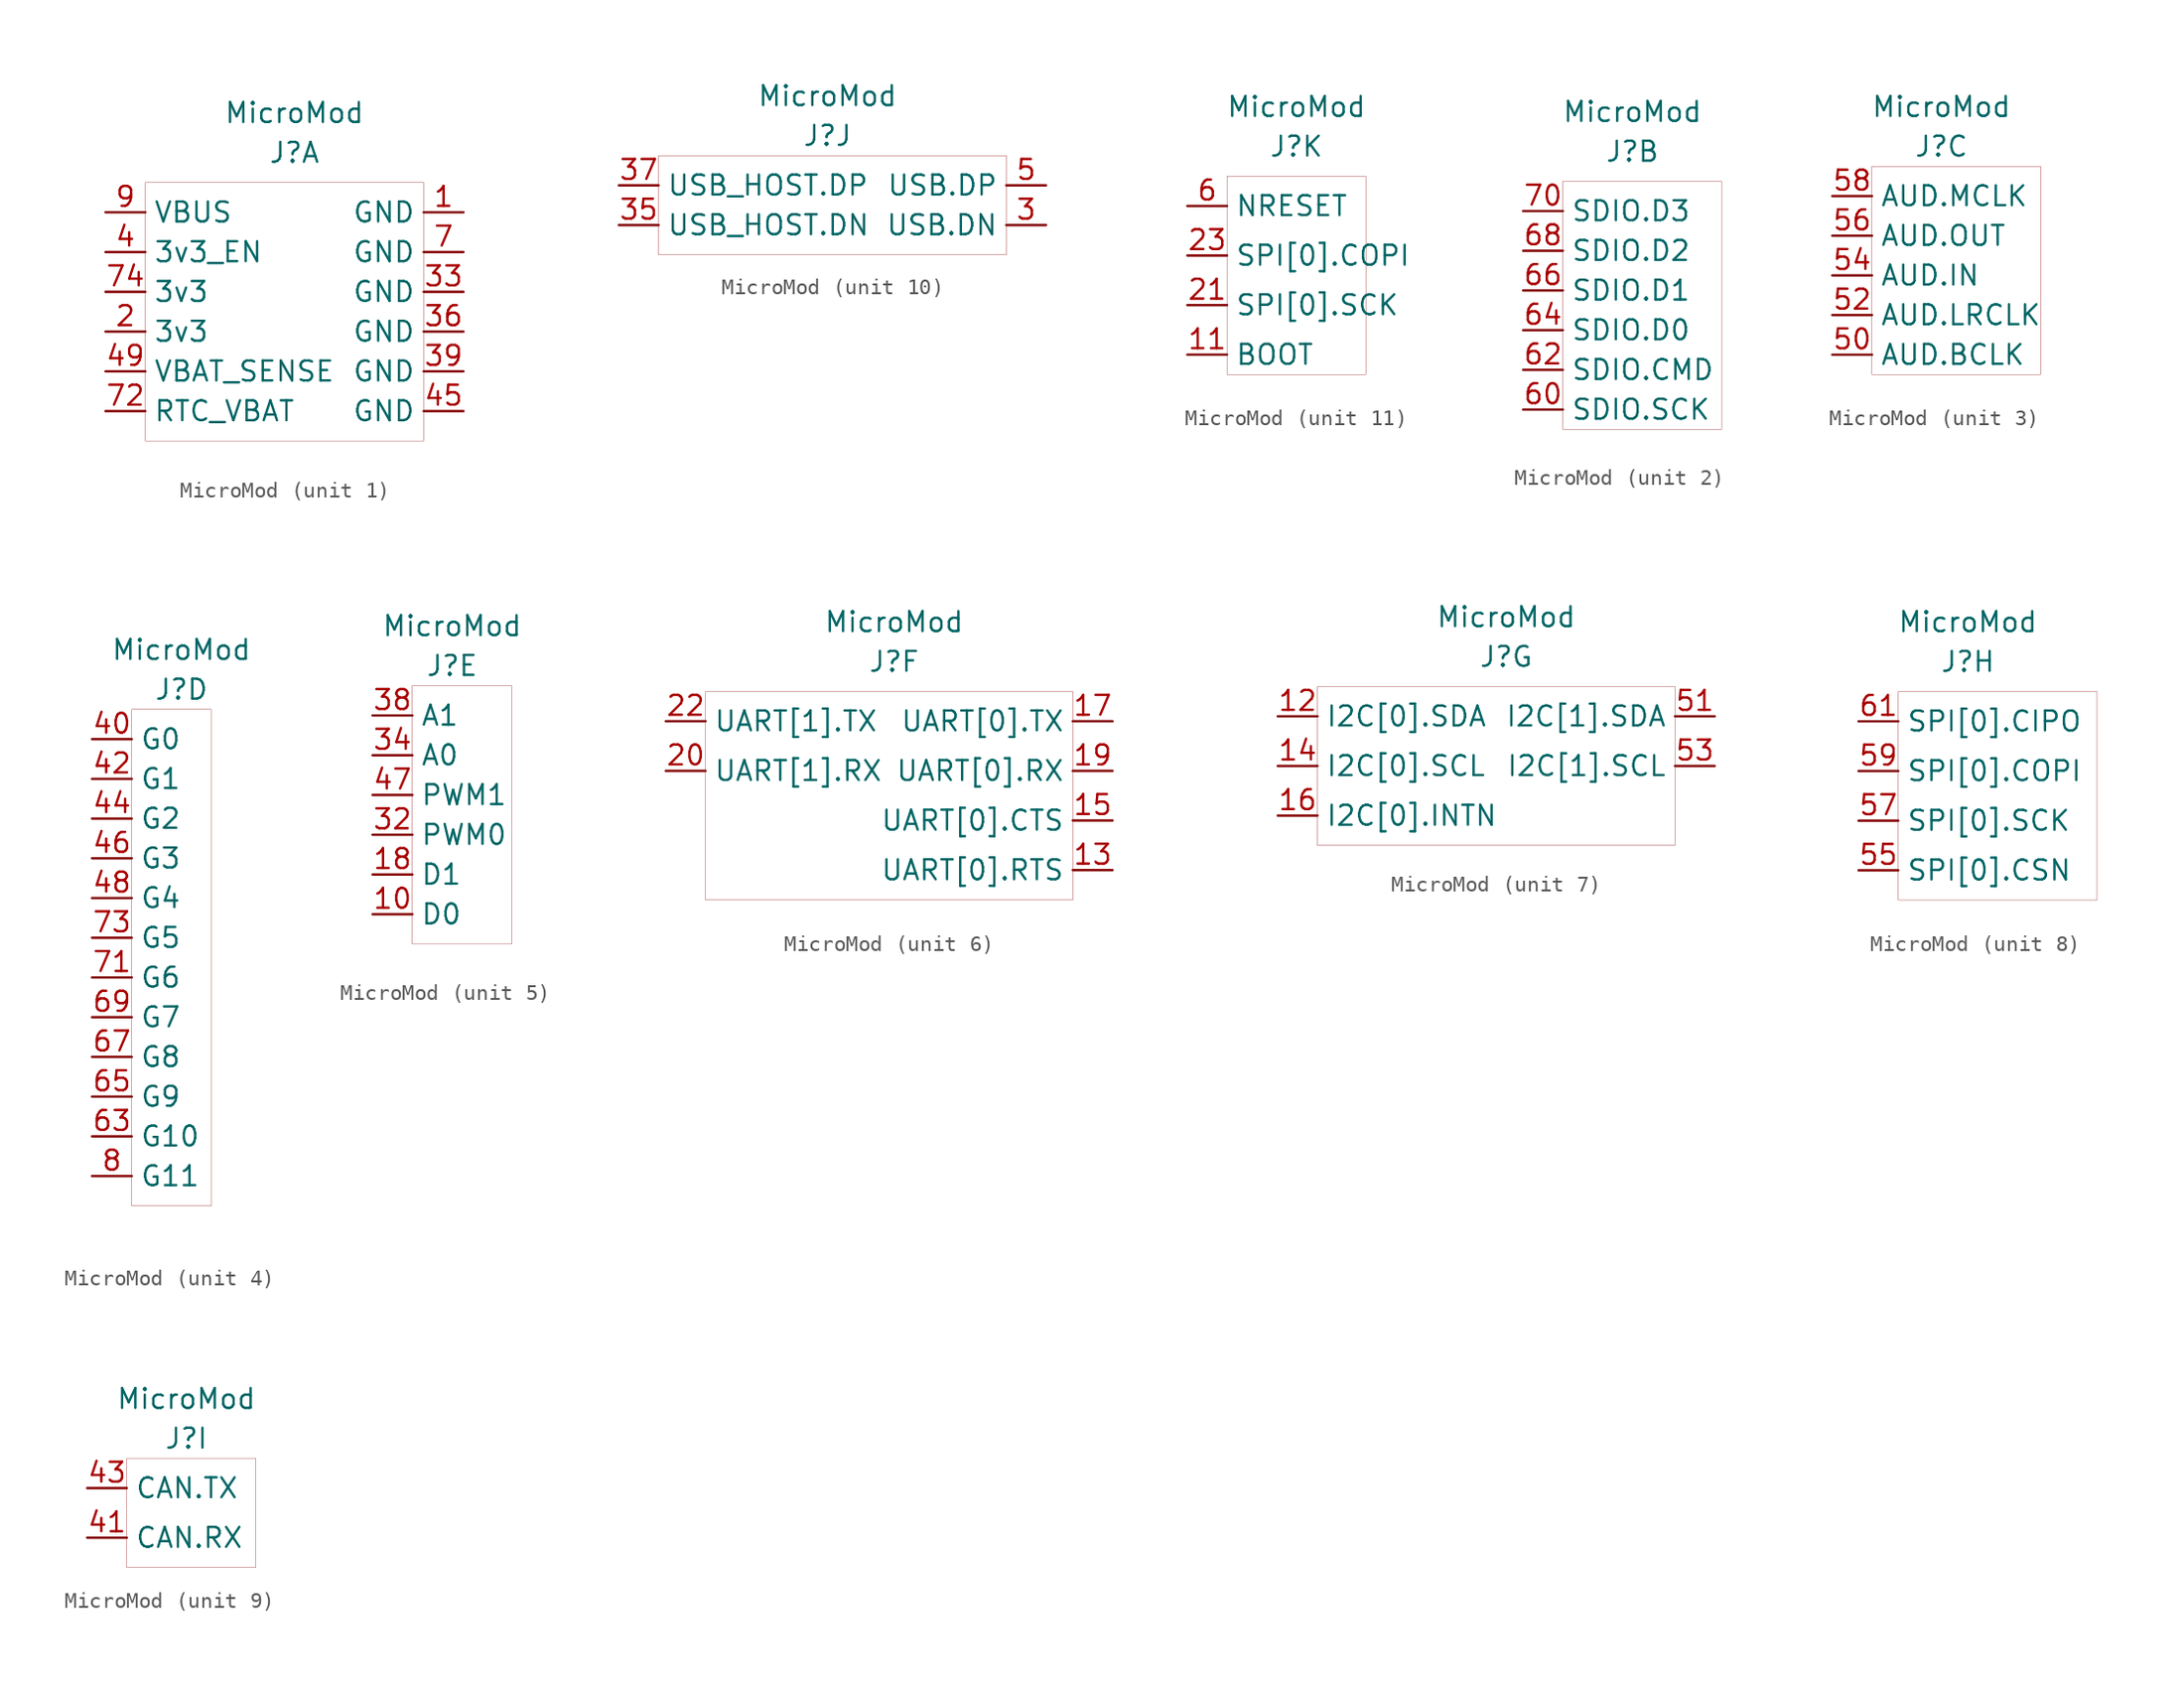
<source format=kicad_sym>
(kicad_symbol_lib
  (version 20201005)
  (generator kicad_symbol_editor)
  (symbol "SYSNAME:MicroMod"
    (property "Reference" "J"
      (at 0 1.905 0)
      (effects (font (size 1.27 1.27))))
    (property "Value" "MicroMod"
      (at 0 4.445 0)
      (effects (font (size 1.27 1.27))))
    (symbol "MicroMod_1_1"
      (rectangle (start -9.525 0) (end 8.255 -16.51) (stroke (width 0.001)) (fill (type none)))
      (pin power_out line (at -12.065 -6.985 0) (length 2.54) (name "3v3" (effects (font (size 1.27 1.27)))) (number "74" (effects (font (size 1.27 1.27)))))
      (pin power_out line (at -12.065 -14.605 0) (length 2.54) (name "RTC_VBAT" (effects (font (size 1.27 1.27)))) (number "72" (effects (font (size 1.27 1.27)))))
      (pin power_out line (at 10.795 -9.525 180) (length 2.54) (name "GND" (effects (font (size 1.27 1.27)))) (number "36" (effects (font (size 1.27 1.27)))))
      (pin power_out line (at 10.795 -14.605 180) (length 2.54) (name "GND" (effects (font (size 1.27 1.27)))) (number "45" (effects (font (size 1.27 1.27)))))
      (pin power_out line (at 10.795 -12.065 180) (length 2.54) (name "GND" (effects (font (size 1.27 1.27)))) (number "39" (effects (font (size 1.27 1.27)))))
      (pin power_out line (at 10.795 -6.985 180) (length 2.54) (name "GND" (effects (font (size 1.27 1.27)))) (number "33" (effects (font (size 1.27 1.27)))))
      (pin power_out line (at 10.795 -4.445 180) (length 2.54) (name "GND" (effects (font (size 1.27 1.27)))) (number "7" (effects (font (size 1.27 1.27)))))
      (pin power_out line (at 10.795 -1.905 180) (length 2.54) (name "GND" (effects (font (size 1.27 1.27)))) (number "1" (effects (font (size 1.27 1.27)))))
      (pin input line (at -12.065 -4.445 0) (length 2.54) (name "3v3_EN" (effects (font (size 1.27 1.27)))) (number "4" (effects (font (size 1.27 1.27)))))
      (pin power_out line (at -12.065 -9.525 0) (length 2.54) (name "3v3" (effects (font (size 1.27 1.27)))) (number "2" (effects (font (size 1.27 1.27)))))
      (pin output line (at -12.065 -12.065 0) (length 2.54) (name "VBAT_SENSE" (effects (font (size 1.27 1.27)))) (number "49" (effects (font (size 1.27 1.27)))))
      (pin power_out line (at -12.065 -1.905 0) (length 2.54) (name "VBUS" (effects (font (size 1.27 1.27)))) (number "9" (effects (font (size 1.27 1.27))))))
    (symbol "MicroMod_2_1"
      (rectangle (start -4.445 0) (end 5.715 -15.875) (stroke (width 0.001)) (fill (type none)))
      (pin bidirectional line (at -6.985 -1.905 0) (length 2.54) (name "SDIO.D3" (effects (font (size 1.27 1.27)))) (number "70" (effects (font (size 1.27 1.27)))) (alternate "SPI[1].CSN" input line))
      (pin bidirectional line (at -6.985 -4.445 0) (length 2.54) (name "SDIO.D2" (effects (font (size 1.27 1.27)))) (number "68" (effects (font (size 1.27 1.27)))))
      (pin bidirectional line (at -6.985 -6.985 0) (length 2.54) (name "SDIO.D1" (effects (font (size 1.27 1.27)))) (number "66" (effects (font (size 1.27 1.27)))))
      (pin bidirectional line (at -6.985 -9.525 0) (length 2.54) (name "SDIO.D0" (effects (font (size 1.27 1.27)))) (number "64" (effects (font (size 1.27 1.27)))) (alternate "SPI[1].CIPO" input line))
      (pin input line (at -6.985 -12.065 0) (length 2.54) (name "SDIO.CMD" (effects (font (size 1.27 1.27)))) (number "62" (effects (font (size 1.27 1.27)))) (alternate "SPI[1].COPI" input line))
      (pin input line (at -6.985 -14.605 0) (length 2.54) (name "SDIO.SCK" (effects (font (size 1.27 1.27)))) (number "60" (effects (font (size 1.27 1.27)))) (alternate "SPI[1].SCK" input line)))
    (symbol "MicroMod_3_1"
      (rectangle (start -4.445 0.635) (end 6.35 -12.7) (stroke (width 0.001)) (fill (type none)))
      (pin input line (at -6.985 -1.27 0) (length 2.54) (name "AUD.MCLK" (effects (font (size 1.27 1.27)))) (number "58" (effects (font (size 1.27 1.27)))))
      (pin input line (at -6.985 -3.81 0) (length 2.54) (name "AUD.OUT" (effects (font (size 1.27 1.27)))) (number "56" (effects (font (size 1.27 1.27)))) (alternate "CAM.MCLK" input line) (alternate "I2S.OUT" input line) (alternate "PCM.OUT" input line))
      (pin output line (at -6.985 -6.35 0) (length 2.54) (name "AUD.IN" (effects (font (size 1.27 1.27)))) (number "54" (effects (font (size 1.27 1.27)))) (alternate "CAM.PCLK" input line) (alternate "I2S.IN" input line) (alternate "PCM.IN" input line))
      (pin bidirectional line (at -6.985 -8.89 0) (length 2.54) (name "AUD.LRCLK" (effects (font (size 1.27 1.27)))) (number "52" (effects (font (size 1.27 1.27)))) (alternate "I2S.WS" input line) (alternate "PCM.SYNC" input line) (alternate "PDM.DATA" input line))
      (pin input line (at -6.985 -11.43 0) (length 2.54) (name "AUD.BCLK" (effects (font (size 1.27 1.27)))) (number "50" (effects (font (size 1.27 1.27)))) (alternate "I2S.SCK" input line) (alternate "PCM.CLK" input line) (alternate "PDM.CLK" input line)))
    (symbol "MicroMod_4_1"
      (rectangle (start -3.175 0.635) (end 1.905 -31.115) (stroke (width 0.001)) (fill (type none)))
      (pin bidirectional line (at -5.715 -1.27 0) (length 2.54) (name "G0" (effects (font (size 1.27 1.27)))) (number "40" (effects (font (size 1.27 1.27)))) (alternate "BUS0" input line))
      (pin bidirectional line (at -5.715 -3.81 0) (length 2.54) (name "G1" (effects (font (size 1.27 1.27)))) (number "42" (effects (font (size 1.27 1.27)))) (alternate "BUS1" input line))
      (pin bidirectional line (at -5.715 -6.35 0) (length 2.54) (name "G2" (effects (font (size 1.27 1.27)))) (number "44" (effects (font (size 1.27 1.27)))) (alternate "BUS2" input line))
      (pin bidirectional line (at -5.715 -8.89 0) (length 2.54) (name "G3" (effects (font (size 1.27 1.27)))) (number "46" (effects (font (size 1.27 1.27)))) (alternate "BUS3" input line))
      (pin bidirectional line (at -5.715 -11.43 0) (length 2.54) (name "G4" (effects (font (size 1.27 1.27)))) (number "48" (effects (font (size 1.27 1.27)))) (alternate "BUS4" input line))
      (pin bidirectional line (at -5.715 -13.97 0) (length 2.54) (name "G5" (effects (font (size 1.27 1.27)))) (number "73" (effects (font (size 1.27 1.27)))) (alternate "BUS5" input line))
      (pin bidirectional line (at -5.715 -16.51 0) (length 2.54) (name "G6" (effects (font (size 1.27 1.27)))) (number "71" (effects (font (size 1.27 1.27)))) (alternate "BUS6" input line))
      (pin bidirectional line (at -5.715 -19.05 0) (length 2.54) (name "G7" (effects (font (size 1.27 1.27)))) (number "69" (effects (font (size 1.27 1.27)))) (alternate "BUS7" input line))
      (pin bidirectional line (at -5.715 -21.59 0) (length 2.54) (name "G8" (effects (font (size 1.27 1.27)))) (number "67" (effects (font (size 1.27 1.27)))))
      (pin bidirectional line (at -5.715 -24.13 0) (length 2.54) (name "G9" (effects (font (size 1.27 1.27)))) (number "65" (effects (font (size 1.27 1.27)))) (alternate "ADC.DN" input line) (alternate "CAM.HSYNC" input line))
      (pin bidirectional line (at -5.715 -26.67 0) (length 2.54) (name "G10" (effects (font (size 1.27 1.27)))) (number "63" (effects (font (size 1.27 1.27)))) (alternate "ADC.DP" input line) (alternate "CAM.VSYNC" input line))
      (pin bidirectional line (at -5.715 -29.21 0) (length 2.54) (name "G11" (effects (font (size 1.27 1.27)))) (number "8" (effects (font (size 1.27 1.27)))) (alternate "SWO" input line)))
    (symbol "MicroMod_5_1"
      (rectangle (start -2.54 0.635) (end 3.81 -15.875) (stroke (width 0.001)) (fill (type none)))
      (pin output line (at -5.08 -1.27 0) (length 2.54) (name "A1" (effects (font (size 1.27 1.27)))) (number "38" (effects (font (size 1.27 1.27)))))
      (pin output line (at -5.08 -3.81 0) (length 2.54) (name "A0" (effects (font (size 1.27 1.27)))) (number "34" (effects (font (size 1.27 1.27)))))
      (pin bidirectional line (at -5.08 -11.43 0) (length 2.54) (name "D1" (effects (font (size 1.27 1.27)))) (number "18" (effects (font (size 1.27 1.27)))) (alternate "CAM.TRIG" input line))
      (pin bidirectional line (at -5.08 -13.97 0) (length 2.54) (name "D0" (effects (font (size 1.27 1.27)))) (number "10" (effects (font (size 1.27 1.27)))))
      (pin bidirectional line (at -5.08 -6.35 0) (length 2.54) (name "PWM1" (effects (font (size 1.27 1.27)))) (number "47" (effects (font (size 1.27 1.27)))))
      (pin bidirectional line (at -5.08 -8.89 0) (length 2.54) (name "PWM0" (effects (font (size 1.27 1.27)))) (number "32" (effects (font (size 1.27 1.27))))))
    (symbol "MicroMod_6_1"
      (rectangle (start 11.43 0) (end -12.065 -13.335) (stroke (width 0.001)) (fill (type none)))
      (pin input line (at -14.605 -1.905 0) (length 2.54) (name "UART[1].TX" (effects (font (size 1.27 1.27)))) (number "22" (effects (font (size 1.27 1.27)))))
      (pin output line (at -14.605 -5.08 0) (length 2.54) (name "UART[1].RX" (effects (font (size 1.27 1.27)))) (number "20" (effects (font (size 1.27 1.27)))))
      (pin input line (at 13.97 -1.905 180) (length 2.54) (name "UART[0].TX" (effects (font (size 1.27 1.27)))) (number "17" (effects (font (size 1.27 1.27)))))
      (pin output line (at 13.97 -5.08 180) (length 2.54) (name "UART[0].RX" (effects (font (size 1.27 1.27)))) (number "19" (effects (font (size 1.27 1.27)))))
      (pin output line (at 13.97 -8.255 180) (length 2.54) (name "UART[0].CTS" (effects (font (size 1.27 1.27)))) (number "15" (effects (font (size 1.27 1.27)))))
      (pin input line (at 13.97 -11.43 180) (length 2.54) (name "UART[0].RTS" (effects (font (size 1.27 1.27)))) (number "13" (effects (font (size 1.27 1.27))))))
    (symbol "MicroMod_7_1"
      (rectangle (start 10.795 0) (end -12.065 -10.16) (stroke (width 0.001)) (fill (type none)))
      (pin output line (at -14.605 -8.255 0) (length 2.54) (name "I2C[0].INTN" (effects (font (size 1.27 1.27)))) (number "16" (effects (font (size 1.27 1.27)))))
      (pin bidirectional line (at -14.605 -5.08 0) (length 2.54) (name "I2C[0].SCL" (effects (font (size 1.27 1.27)))) (number "14" (effects (font (size 1.27 1.27)))))
      (pin bidirectional line (at -14.605 -1.905 0) (length 2.54) (name "I2C[0].SDA" (effects (font (size 1.27 1.27)))) (number "12" (effects (font (size 1.27 1.27)))))
      (pin bidirectional line (at 13.335 -1.905 180) (length 2.54) (name "I2C[1].SDA" (effects (font (size 1.27 1.27)))) (number "51" (effects (font (size 1.27 1.27)))))
      (pin bidirectional line (at 13.335 -5.08 180) (length 2.54) (name "I2C[1].SCL" (effects (font (size 1.27 1.27)))) (number "53" (effects (font (size 1.27 1.27))))))
    (symbol "MicroMod_8_1"
      (rectangle (start -4.445 0) (end 8.255 -13.335) (stroke (width 0.001)) (fill (type none)))
      (pin bidirectional line (at -6.985 -1.905 0) (length 2.54) (name "SPI[0].CIPO" (effects (font (size 1.27 1.27)))) (number "61" (effects (font (size 1.27 1.27)))))
      (pin bidirectional line (at -6.985 -5.08 0) (length 2.54) (name "SPI[0].COPI" (effects (font (size 1.27 1.27)))) (number "59" (effects (font (size 1.27 1.27)))) (alternate "LED.DAT" power_in line))
      (pin bidirectional line (at -6.985 -8.255 0) (length 2.54) (name "SPI[0].SCK" (effects (font (size 1.27 1.27)))) (number "57" (effects (font (size 1.27 1.27)))) (alternate "LED.CLK" power_in line))
      (pin bidirectional line (at -6.985 -11.43 0) (length 2.54) (name "SPI[0].CSN" (effects (font (size 1.27 1.27)))) (number "55" (effects (font (size 1.27 1.27))))))
    (symbol "MicroMod_9_1"
      (rectangle (start -3.81 0.635) (end 4.445 -6.35) (stroke (width 0.001)) (fill (type none)))
      (pin input line (at -6.35 -1.27 0) (length 2.54) (name "CAN.TX" (effects (font (size 1.27 1.27)))) (number "43" (effects (font (size 1.27 1.27)))))
      (pin output line (at -6.35 -4.445 0) (length 2.54) (name "CAN.RX" (effects (font (size 1.27 1.27)))) (number "41" (effects (font (size 1.27 1.27))))))
    (symbol "MicroMod_10_1"
      (rectangle (start -10.795 0.635) (end 11.43 -5.715) (stroke (width 0.001)) (fill (type none)))
      (pin bidirectional line (at -13.335 -1.27 0) (length 2.54) (name "USB_HOST.DP" (effects (font (size 1.27 1.27)))) (number "37" (effects (font (size 1.27 1.27)))))
      (pin bidirectional line (at -13.335 -3.81 0) (length 2.54) (name "USB_HOST.DN" (effects (font (size 1.27 1.27)))) (number "35" (effects (font (size 1.27 1.27)))))
      (pin power_out line (at 13.97 -1.27 180) (length 2.54) (name "USB.DP" (effects (font (size 1.27 1.27)))) (number "5" (effects (font (size 1.27 1.27)))))
      (pin power_out line (at 13.97 -3.81 180) (length 2.54) (name "USB.DN" (effects (font (size 1.27 1.27)))) (number "3" (effects (font (size 1.27 1.27))))))
    (symbol "MicroMod_11_1"
      (rectangle (start -4.445 0) (end 4.445 -12.7) (stroke (width 0.001)) (fill (type none)))
      (pin power_out line (at -6.985 -1.905 0) (length 2.54) (name "NRESET" (effects (font (size 1.27 1.27)))) (number "6" (effects (font (size 1.27 1.27)))))
      (pin input line (at -6.985 -5.08 0) (length 2.54) (name "SPI[0].COPI" (effects (font (size 1.27 1.27)))) (number "23" (effects (font (size 1.27 1.27)))))
      (pin bidirectional line (at -6.985 -8.255 0) (length 2.54) (name "SPI[0].SCK" (effects (font (size 1.27 1.27)))) (number "21" (effects (font (size 1.27 1.27)))))
      (pin output line (at -6.985 -11.43 0) (length 2.54) (name "BOOT" (effects (font (size 1.27 1.27)))) (number "11" (effects (font (size 1.27 1.27)))))
      (pin unconnected line (at 6.985 -11.43 180) (length 2.54) hide (name "NC" (effects (font (size 1.27 1.27)))) (number "26" (effects (font (size 1.27 1.27)))))
      (pin unconnected line (at 6.985 -11.43 180) (length 2.54) hide (name "NC" (effects (font (size 1.27 1.27)))) (number "27" (effects (font (size 1.27 1.27)))))
      (pin unconnected line (at 6.985 -11.43 180) (length 2.54) hide (name "NC" (effects (font (size 1.27 1.27)))) (number "28" (effects (font (size 1.27 1.27)))))
      (pin unconnected line (at 6.985 -11.43 180) (length 2.54) hide (name "NC" (effects (font (size 1.27 1.27)))) (number "29" (effects (font (size 1.27 1.27)))))
      (pin unconnected line (at 6.985 -11.43 180) (length 2.54) hide (name "NC" (effects (font (size 1.27 1.27)))) (number "30" (effects (font (size 1.27 1.27)))))
      (pin unconnected line (at 6.985 -11.43 180) (length 2.54) hide (name "NC" (effects (font (size 1.27 1.27)))) (number "25" (effects (font (size 1.27 1.27)))))
      (pin unconnected line (at 6.985 -11.43 180) (length 2.54) hide (name "NC" (effects (font (size 1.27 1.27)))) (number "24" (effects (font (size 1.27 1.27)))))
      (pin unconnected line (at 6.985 -11.43 180) (length 2.54) hide (name "NC" (effects (font (size 1.27 1.27)))) (number "23" (effects (font (size 1.27 1.27)))))
      (pin unconnected line (at 6.985 -11.43 180) (length 2.54) hide (name "NC" (effects (font (size 1.27 1.27)))) (number "26" (effects (font (size 1.27 1.27)))))
      (pin unconnected line (at 6.985 -11.43 180) (length 2.54) hide (name "NC" (effects (font (size 1.27 1.27)))) (number "31" (effects (font (size 1.27 1.27))))))))
</source>
